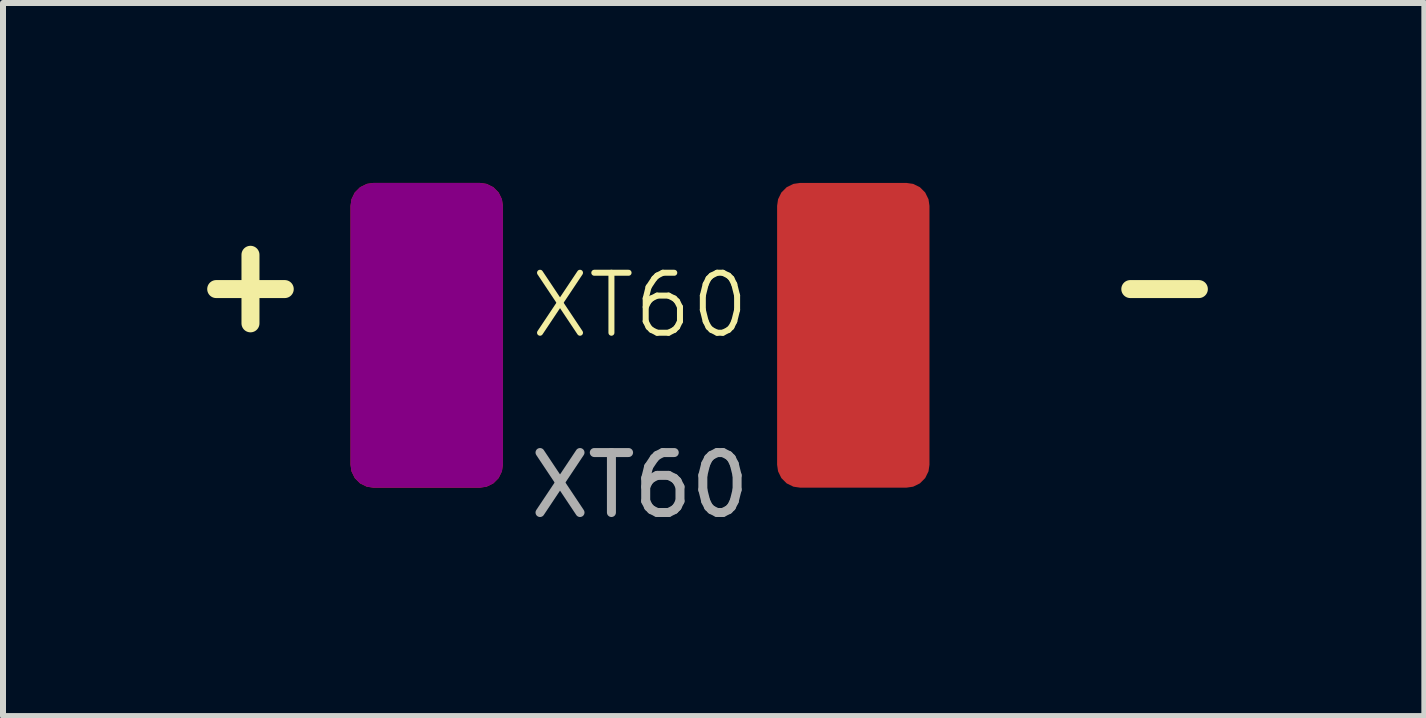
<source format=kicad_pcb>
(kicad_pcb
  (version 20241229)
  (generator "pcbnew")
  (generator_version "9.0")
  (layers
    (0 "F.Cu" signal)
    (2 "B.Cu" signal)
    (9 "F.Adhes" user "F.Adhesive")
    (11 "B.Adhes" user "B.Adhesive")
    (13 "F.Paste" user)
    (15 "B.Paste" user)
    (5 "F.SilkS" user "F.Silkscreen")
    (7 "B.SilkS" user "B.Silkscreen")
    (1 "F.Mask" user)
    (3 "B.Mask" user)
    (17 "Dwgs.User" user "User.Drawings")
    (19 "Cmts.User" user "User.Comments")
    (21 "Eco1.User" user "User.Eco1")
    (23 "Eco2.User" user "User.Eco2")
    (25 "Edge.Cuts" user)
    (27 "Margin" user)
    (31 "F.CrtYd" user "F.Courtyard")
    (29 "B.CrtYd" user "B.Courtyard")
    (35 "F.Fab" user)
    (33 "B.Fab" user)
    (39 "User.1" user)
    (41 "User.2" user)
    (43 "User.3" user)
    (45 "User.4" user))
  (footprint "XT60"
    (layer "F.Cu")
    (at 7.62 2.54)
    (property "Reference" "XT60" (at 0 -0.5 0) (unlocked yes) (layer "F.SilkS") (effects (font (size 1 1) (thickness 0.1))))
    (attr smd)
    (fp_text user "+" (at -7.62 0 0) (unlocked yes) (layer "F.SilkS") (effects (font (size 1.5 1.5) (thickness 0.3) (bold yes)) (justify left bottom)))
    (fp_text user "-" (at 7.62 0 0) (unlocked yes) (layer "F.SilkS") (effects (font (size 1.5 1.5) (thickness 0.3) (bold yes)) (justify left bottom)))
    (fp_text user "${REFERENCE}" (at 0 2.5 0) (unlocked yes) (layer "F.Fab") (effects (font (size 1 1) (thickness 0.15))))
    (pad "1" smd roundrect (at -3.556 0 180) (size 2.54 5.08) (layers "F.Cu" "F.Mask" "F.Adhes" "F.Paste") (roundrect_rratio 0.15))
    (pad "2" smd roundrect (at 3.556 0 180) (size 2.54 5.08) (layers "F.Cu" "F.Mask" "F.Paste") (roundrect_rratio 0.15)))
  (gr_rect
    (start -3 -3)
    (end 20.697 8.888)
    (stroke (width 0.1) (type default))
    (fill no)
    (layer "Edge.Cuts")))
</source>
